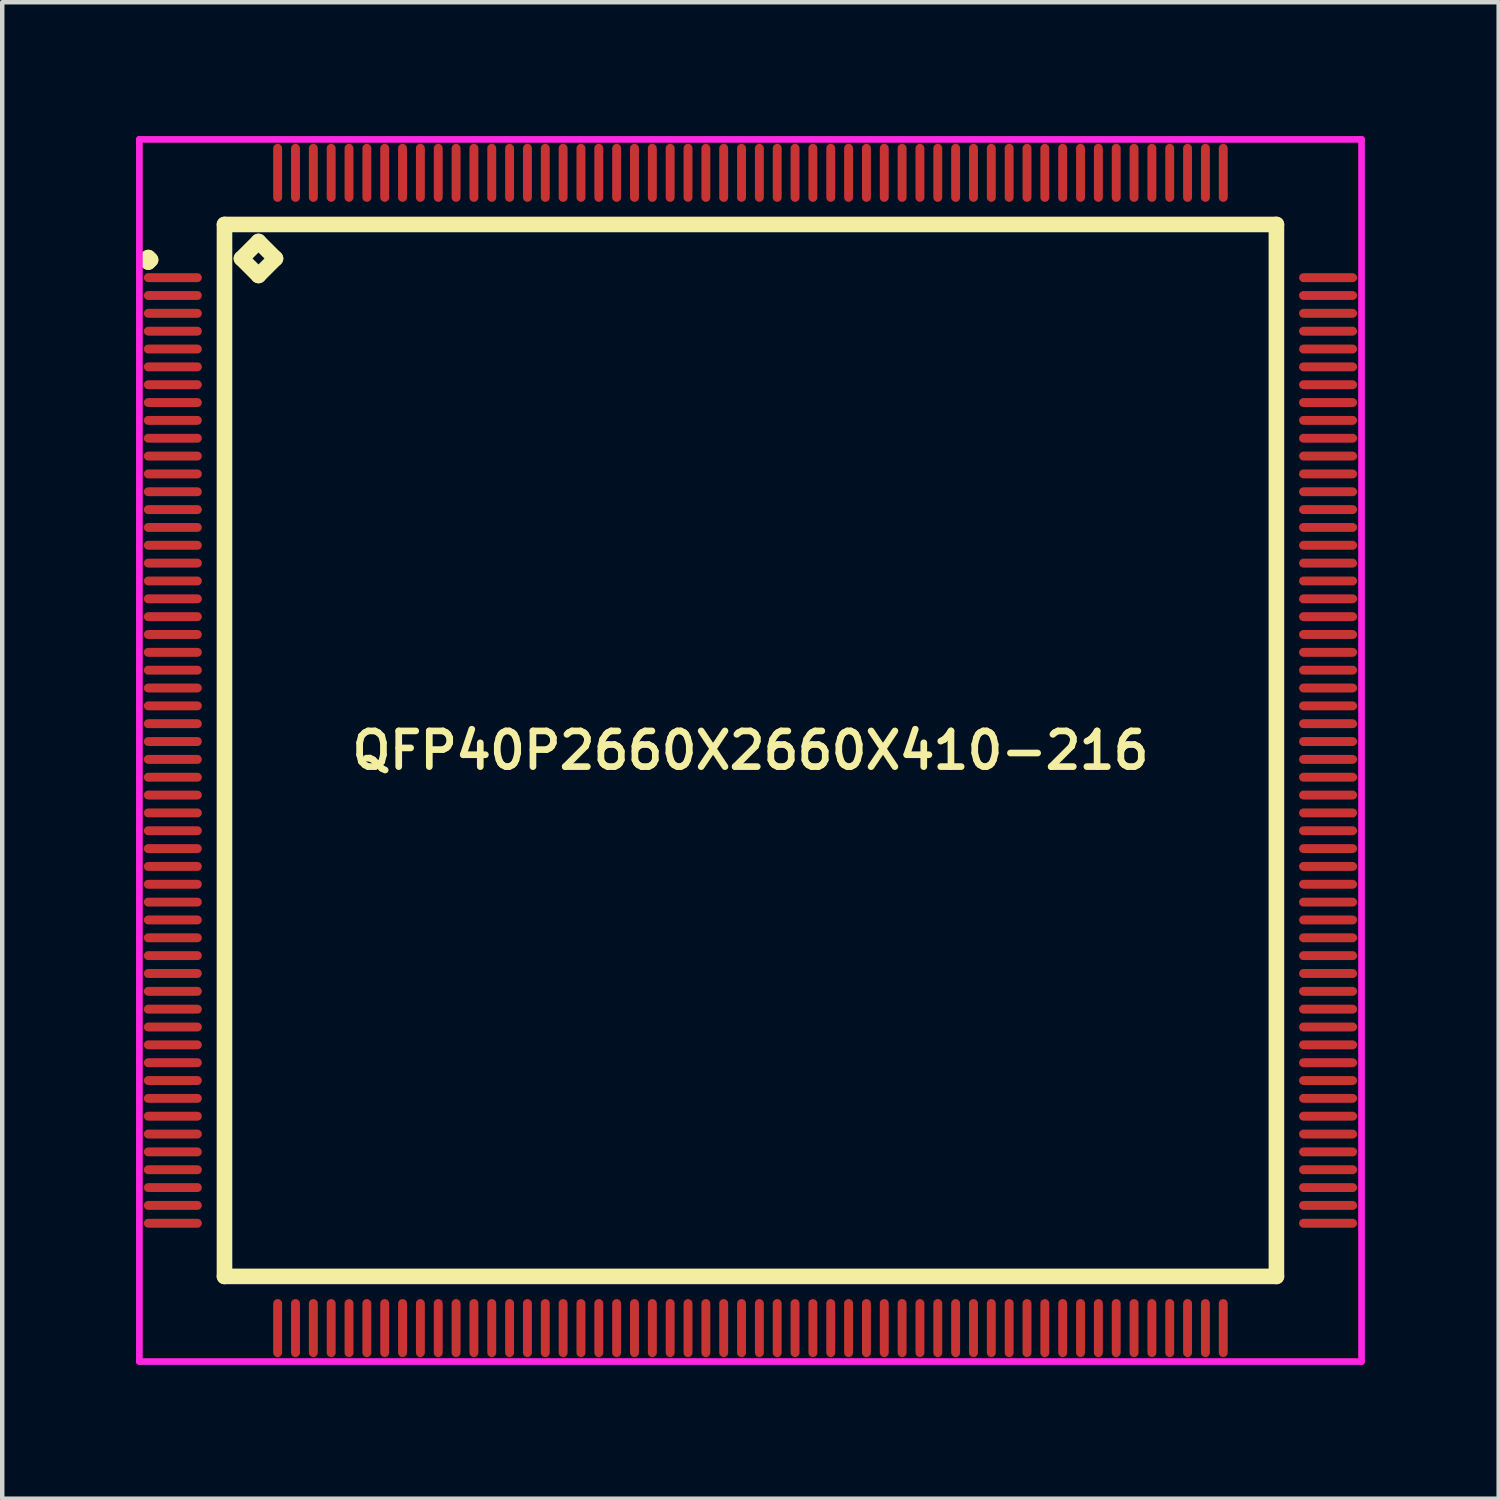
<source format=kicad_pcb>
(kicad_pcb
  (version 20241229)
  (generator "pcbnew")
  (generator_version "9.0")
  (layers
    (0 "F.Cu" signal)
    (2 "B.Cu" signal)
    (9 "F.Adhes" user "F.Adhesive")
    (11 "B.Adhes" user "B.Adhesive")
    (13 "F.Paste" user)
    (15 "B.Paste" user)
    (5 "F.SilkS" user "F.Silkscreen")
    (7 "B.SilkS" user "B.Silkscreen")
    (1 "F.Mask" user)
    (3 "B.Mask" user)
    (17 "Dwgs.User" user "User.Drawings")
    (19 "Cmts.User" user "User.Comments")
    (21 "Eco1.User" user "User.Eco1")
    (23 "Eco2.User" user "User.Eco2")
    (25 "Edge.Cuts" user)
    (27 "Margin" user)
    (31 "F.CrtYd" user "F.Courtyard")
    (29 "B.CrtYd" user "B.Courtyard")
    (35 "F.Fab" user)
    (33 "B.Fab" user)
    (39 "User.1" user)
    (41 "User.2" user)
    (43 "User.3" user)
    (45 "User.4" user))
  (footprint "QFP40P2660X2660X410-216"
    (layer "F.Cu")
    (at 13.775 13.775)
    (property "Reference" "QFP40P2660X2660X410-216" (at 0 0 0) (layer "F.SilkS") (effects (font (size 0.8 0.8) (thickness 0.15))))
    (attr smd)
    (fp_line (start -13.55 -11) (end -13.5 -11.05) (stroke (width 0.35) (type solid)) (layer "F.SilkS"))
    (fp_line (start -13.5 -11.05) (end -13.45 -11) (stroke (width 0.35) (type solid)) (layer "F.SilkS"))
    (fp_line (start -13.5 -10.95) (end -13.55 -11) (stroke (width 0.35) (type solid)) (layer "F.SilkS"))
    (fp_line (start -13.45 -11) (end -13.5 -10.95) (stroke (width 0.35) (type solid)) (layer "F.SilkS"))
    (fp_line (start -11.792 -11.792) (end -11.792 11.792) (stroke (width 0.35) (type solid)) (layer "F.SilkS"))
    (fp_line (start -11.792 11.792) (end 11.792 11.792) (stroke (width 0.35) (type solid)) (layer "F.SilkS"))
    (fp_line (start -11.411 -11.03) (end -11.03 -11.411) (stroke (width 0.35) (type solid)) (layer "F.SilkS"))
    (fp_line (start -11.03 -11.411) (end -10.649 -11.03) (stroke (width 0.35) (type solid)) (layer "F.SilkS"))
    (fp_line (start -11.03 -10.649) (end -11.411 -11.03) (stroke (width 0.35) (type solid)) (layer "F.SilkS"))
    (fp_line (start -10.649 -11.03) (end -11.03 -10.649) (stroke (width 0.35) (type solid)) (layer "F.SilkS"))
    (fp_line (start 11.792 -11.792) (end -11.792 -11.792) (stroke (width 0.35) (type solid)) (layer "F.SilkS"))
    (fp_line (start 11.792 11.792) (end 11.792 -11.792) (stroke (width 0.35) (type solid)) (layer "F.SilkS"))
    (fp_line (start -13.7 -13.7) (end 13.7 -13.7) (stroke (width 0.15) (type solid)) (layer "F.CrtYd"))
    (fp_line (start -13.7 13.7) (end -13.7 -13.7) (stroke (width 0.15) (type solid)) (layer "F.CrtYd"))
    (fp_line (start 13.7 -13.7) (end 13.7 13.7) (stroke (width 0.15) (type solid)) (layer "F.CrtYd"))
    (fp_line (start 13.7 13.7) (end -13.7 13.7) (stroke (width 0.15) (type solid)) (layer "F.CrtYd"))
    (pad "1" smd oval (at -12.95 -10.6) (size 1.3 0.2) (layers "F.Cu" "F.Mask" "F.Paste"))
    (pad "2" smd oval (at -12.95 -10.2) (size 1.3 0.2) (layers "F.Cu" "F.Mask" "F.Paste"))
    (pad "3" smd oval (at -12.95 -9.8) (size 1.3 0.2) (layers "F.Cu" "F.Mask" "F.Paste"))
    (pad "4" smd oval (at -12.95 -9.4) (size 1.3 0.2) (layers "F.Cu" "F.Mask" "F.Paste"))
    (pad "5" smd oval (at -12.95 -9) (size 1.3 0.2) (layers "F.Cu" "F.Mask" "F.Paste"))
    (pad "6" smd oval (at -12.95 -8.6) (size 1.3 0.2) (layers "F.Cu" "F.Mask" "F.Paste"))
    (pad "7" smd oval (at -12.95 -8.2) (size 1.3 0.2) (layers "F.Cu" "F.Mask" "F.Paste"))
    (pad "8" smd oval (at -12.95 -7.8) (size 1.3 0.2) (layers "F.Cu" "F.Mask" "F.Paste"))
    (pad "9" smd oval (at -12.95 -7.4) (size 1.3 0.2) (layers "F.Cu" "F.Mask" "F.Paste"))
    (pad "10" smd oval (at -12.95 -7) (size 1.3 0.2) (layers "F.Cu" "F.Mask" "F.Paste"))
    (pad "11" smd oval (at -12.95 -6.6) (size 1.3 0.2) (layers "F.Cu" "F.Mask" "F.Paste"))
    (pad "12" smd oval (at -12.95 -6.2) (size 1.3 0.2) (layers "F.Cu" "F.Mask" "F.Paste"))
    (pad "13" smd oval (at -12.95 -5.8) (size 1.3 0.2) (layers "F.Cu" "F.Mask" "F.Paste"))
    (pad "14" smd oval (at -12.95 -5.4) (size 1.3 0.2) (layers "F.Cu" "F.Mask" "F.Paste"))
    (pad "15" smd oval (at -12.95 -5) (size 1.3 0.2) (layers "F.Cu" "F.Mask" "F.Paste"))
    (pad "16" smd oval (at -12.95 -4.6) (size 1.3 0.2) (layers "F.Cu" "F.Mask" "F.Paste"))
    (pad "17" smd oval (at -12.95 -4.2) (size 1.3 0.2) (layers "F.Cu" "F.Mask" "F.Paste"))
    (pad "18" smd oval (at -12.95 -3.8) (size 1.3 0.2) (layers "F.Cu" "F.Mask" "F.Paste"))
    (pad "19" smd oval (at -12.95 -3.4) (size 1.3 0.2) (layers "F.Cu" "F.Mask" "F.Paste"))
    (pad "20" smd oval (at -12.95 -3) (size 1.3 0.2) (layers "F.Cu" "F.Mask" "F.Paste"))
    (pad "21" smd oval (at -12.95 -2.6) (size 1.3 0.2) (layers "F.Cu" "F.Mask" "F.Paste"))
    (pad "22" smd oval (at -12.95 -2.2) (size 1.3 0.2) (layers "F.Cu" "F.Mask" "F.Paste"))
    (pad "23" smd oval (at -12.95 -1.8) (size 1.3 0.2) (layers "F.Cu" "F.Mask" "F.Paste"))
    (pad "24" smd oval (at -12.95 -1.4) (size 1.3 0.2) (layers "F.Cu" "F.Mask" "F.Paste"))
    (pad "25" smd oval (at -12.95 -1) (size 1.3 0.2) (layers "F.Cu" "F.Mask" "F.Paste"))
    (pad "26" smd oval (at -12.95 -0.6) (size 1.3 0.2) (layers "F.Cu" "F.Mask" "F.Paste"))
    (pad "27" smd oval (at -12.95 -0.2) (size 1.3 0.2) (layers "F.Cu" "F.Mask" "F.Paste"))
    (pad "28" smd oval (at -12.95 0.2) (size 1.3 0.2) (layers "F.Cu" "F.Mask" "F.Paste"))
    (pad "29" smd oval (at -12.95 0.6) (size 1.3 0.2) (layers "F.Cu" "F.Mask" "F.Paste"))
    (pad "30" smd oval (at -12.95 1) (size 1.3 0.2) (layers "F.Cu" "F.Mask" "F.Paste"))
    (pad "31" smd oval (at -12.95 1.4) (size 1.3 0.2) (layers "F.Cu" "F.Mask" "F.Paste"))
    (pad "32" smd oval (at -12.95 1.8) (size 1.3 0.2) (layers "F.Cu" "F.Mask" "F.Paste"))
    (pad "33" smd oval (at -12.95 2.2) (size 1.3 0.2) (layers "F.Cu" "F.Mask" "F.Paste"))
    (pad "34" smd oval (at -12.95 2.6) (size 1.3 0.2) (layers "F.Cu" "F.Mask" "F.Paste"))
    (pad "35" smd oval (at -12.95 3) (size 1.3 0.2) (layers "F.Cu" "F.Mask" "F.Paste"))
    (pad "36" smd oval (at -12.95 3.4) (size 1.3 0.2) (layers "F.Cu" "F.Mask" "F.Paste"))
    (pad "37" smd oval (at -12.95 3.8) (size 1.3 0.2) (layers "F.Cu" "F.Mask" "F.Paste"))
    (pad "38" smd oval (at -12.95 4.2) (size 1.3 0.2) (layers "F.Cu" "F.Mask" "F.Paste"))
    (pad "39" smd oval (at -12.95 4.6) (size 1.3 0.2) (layers "F.Cu" "F.Mask" "F.Paste"))
    (pad "40" smd oval (at -12.95 5) (size 1.3 0.2) (layers "F.Cu" "F.Mask" "F.Paste"))
    (pad "41" smd oval (at -12.95 5.4) (size 1.3 0.2) (layers "F.Cu" "F.Mask" "F.Paste"))
    (pad "42" smd oval (at -12.95 5.8) (size 1.3 0.2) (layers "F.Cu" "F.Mask" "F.Paste"))
    (pad "43" smd oval (at -12.95 6.2) (size 1.3 0.2) (layers "F.Cu" "F.Mask" "F.Paste"))
    (pad "44" smd oval (at -12.95 6.6) (size 1.3 0.2) (layers "F.Cu" "F.Mask" "F.Paste"))
    (pad "45" smd oval (at -12.95 7) (size 1.3 0.2) (layers "F.Cu" "F.Mask" "F.Paste"))
    (pad "46" smd oval (at -12.95 7.4) (size 1.3 0.2) (layers "F.Cu" "F.Mask" "F.Paste"))
    (pad "47" smd oval (at -12.95 7.8) (size 1.3 0.2) (layers "F.Cu" "F.Mask" "F.Paste"))
    (pad "48" smd oval (at -12.95 8.2) (size 1.3 0.2) (layers "F.Cu" "F.Mask" "F.Paste"))
    (pad "49" smd oval (at -12.95 8.6) (size 1.3 0.2) (layers "F.Cu" "F.Mask" "F.Paste"))
    (pad "50" smd oval (at -12.95 9) (size 1.3 0.2) (layers "F.Cu" "F.Mask" "F.Paste"))
    (pad "51" smd oval (at -12.95 9.4) (size 1.3 0.2) (layers "F.Cu" "F.Mask" "F.Paste"))
    (pad "52" smd oval (at -12.95 9.8) (size 1.3 0.2) (layers "F.Cu" "F.Mask" "F.Paste"))
    (pad "53" smd oval (at -12.95 10.2) (size 1.3 0.2) (layers "F.Cu" "F.Mask" "F.Paste"))
    (pad "54" smd oval (at -12.95 10.6) (size 1.3 0.2) (layers "F.Cu" "F.Mask" "F.Paste"))
    (pad "55" smd oval (at -10.6 12.95) (size 0.2 1.3) (layers "F.Cu" "F.Mask" "F.Paste"))
    (pad "56" smd oval (at -10.2 12.95) (size 0.2 1.3) (layers "F.Cu" "F.Mask" "F.Paste"))
    (pad "57" smd oval (at -9.8 12.95) (size 0.2 1.3) (layers "F.Cu" "F.Mask" "F.Paste"))
    (pad "58" smd oval (at -9.4 12.95) (size 0.2 1.3) (layers "F.Cu" "F.Mask" "F.Paste"))
    (pad "59" smd oval (at -9 12.95) (size 0.2 1.3) (layers "F.Cu" "F.Mask" "F.Paste"))
    (pad "60" smd oval (at -8.6 12.95) (size 0.2 1.3) (layers "F.Cu" "F.Mask" "F.Paste"))
    (pad "61" smd oval (at -8.2 12.95) (size 0.2 1.3) (layers "F.Cu" "F.Mask" "F.Paste"))
    (pad "62" smd oval (at -7.8 12.95) (size 0.2 1.3) (layers "F.Cu" "F.Mask" "F.Paste"))
    (pad "63" smd oval (at -7.4 12.95) (size 0.2 1.3) (layers "F.Cu" "F.Mask" "F.Paste"))
    (pad "64" smd oval (at -7 12.95) (size 0.2 1.3) (layers "F.Cu" "F.Mask" "F.Paste"))
    (pad "65" smd oval (at -6.6 12.95) (size 0.2 1.3) (layers "F.Cu" "F.Mask" "F.Paste"))
    (pad "66" smd oval (at -6.2 12.95) (size 0.2 1.3) (layers "F.Cu" "F.Mask" "F.Paste"))
    (pad "67" smd oval (at -5.8 12.95) (size 0.2 1.3) (layers "F.Cu" "F.Mask" "F.Paste"))
    (pad "68" smd oval (at -5.4 12.95) (size 0.2 1.3) (layers "F.Cu" "F.Mask" "F.Paste"))
    (pad "69" smd oval (at -5 12.95) (size 0.2 1.3) (layers "F.Cu" "F.Mask" "F.Paste"))
    (pad "70" smd oval (at -4.6 12.95) (size 0.2 1.3) (layers "F.Cu" "F.Mask" "F.Paste"))
    (pad "71" smd oval (at -4.2 12.95) (size 0.2 1.3) (layers "F.Cu" "F.Mask" "F.Paste"))
    (pad "72" smd oval (at -3.8 12.95) (size 0.2 1.3) (layers "F.Cu" "F.Mask" "F.Paste"))
    (pad "73" smd oval (at -3.4 12.95) (size 0.2 1.3) (layers "F.Cu" "F.Mask" "F.Paste"))
    (pad "74" smd oval (at -3 12.95) (size 0.2 1.3) (layers "F.Cu" "F.Mask" "F.Paste"))
    (pad "75" smd oval (at -2.6 12.95) (size 0.2 1.3) (layers "F.Cu" "F.Mask" "F.Paste"))
    (pad "76" smd oval (at -2.2 12.95) (size 0.2 1.3) (layers "F.Cu" "F.Mask" "F.Paste"))
    (pad "77" smd oval (at -1.8 12.95) (size 0.2 1.3) (layers "F.Cu" "F.Mask" "F.Paste"))
    (pad "78" smd oval (at -1.4 12.95) (size 0.2 1.3) (layers "F.Cu" "F.Mask" "F.Paste"))
    (pad "79" smd oval (at -1 12.95) (size 0.2 1.3) (layers "F.Cu" "F.Mask" "F.Paste"))
    (pad "80" smd oval (at -0.6 12.95) (size 0.2 1.3) (layers "F.Cu" "F.Mask" "F.Paste"))
    (pad "81" smd oval (at -0.2 12.95) (size 0.2 1.3) (layers "F.Cu" "F.Mask" "F.Paste"))
    (pad "82" smd oval (at 0.2 12.95) (size 0.2 1.3) (layers "F.Cu" "F.Mask" "F.Paste"))
    (pad "83" smd oval (at 0.6 12.95) (size 0.2 1.3) (layers "F.Cu" "F.Mask" "F.Paste"))
    (pad "84" smd oval (at 1 12.95) (size 0.2 1.3) (layers "F.Cu" "F.Mask" "F.Paste"))
    (pad "85" smd oval (at 1.4 12.95) (size 0.2 1.3) (layers "F.Cu" "F.Mask" "F.Paste"))
    (pad "86" smd oval (at 1.8 12.95) (size 0.2 1.3) (layers "F.Cu" "F.Mask" "F.Paste"))
    (pad "87" smd oval (at 2.2 12.95) (size 0.2 1.3) (layers "F.Cu" "F.Mask" "F.Paste"))
    (pad "88" smd oval (at 2.6 12.95) (size 0.2 1.3) (layers "F.Cu" "F.Mask" "F.Paste"))
    (pad "89" smd oval (at 3 12.95) (size 0.2 1.3) (layers "F.Cu" "F.Mask" "F.Paste"))
    (pad "90" smd oval (at 3.4 12.95) (size 0.2 1.3) (layers "F.Cu" "F.Mask" "F.Paste"))
    (pad "91" smd oval (at 3.8 12.95) (size 0.2 1.3) (layers "F.Cu" "F.Mask" "F.Paste"))
    (pad "92" smd oval (at 4.2 12.95) (size 0.2 1.3) (layers "F.Cu" "F.Mask" "F.Paste"))
    (pad "93" smd oval (at 4.6 12.95) (size 0.2 1.3) (layers "F.Cu" "F.Mask" "F.Paste"))
    (pad "94" smd oval (at 5 12.95) (size 0.2 1.3) (layers "F.Cu" "F.Mask" "F.Paste"))
    (pad "95" smd oval (at 5.4 12.95) (size 0.2 1.3) (layers "F.Cu" "F.Mask" "F.Paste"))
    (pad "96" smd oval (at 5.8 12.95) (size 0.2 1.3) (layers "F.Cu" "F.Mask" "F.Paste"))
    (pad "97" smd oval (at 6.2 12.95) (size 0.2 1.3) (layers "F.Cu" "F.Mask" "F.Paste"))
    (pad "98" smd oval (at 6.6 12.95) (size 0.2 1.3) (layers "F.Cu" "F.Mask" "F.Paste"))
    (pad "99" smd oval (at 7 12.95) (size 0.2 1.3) (layers "F.Cu" "F.Mask" "F.Paste"))
    (pad "100" smd oval (at 7.4 12.95) (size 0.2 1.3) (layers "F.Cu" "F.Mask" "F.Paste"))
    (pad "101" smd oval (at 7.8 12.95) (size 0.2 1.3) (layers "F.Cu" "F.Mask" "F.Paste"))
    (pad "102" smd oval (at 8.2 12.95) (size 0.2 1.3) (layers "F.Cu" "F.Mask" "F.Paste"))
    (pad "103" smd oval (at 8.6 12.95) (size 0.2 1.3) (layers "F.Cu" "F.Mask" "F.Paste"))
    (pad "104" smd oval (at 9 12.95) (size 0.2 1.3) (layers "F.Cu" "F.Mask" "F.Paste"))
    (pad "105" smd oval (at 9.4 12.95) (size 0.2 1.3) (layers "F.Cu" "F.Mask" "F.Paste"))
    (pad "106" smd oval (at 9.8 12.95) (size 0.2 1.3) (layers "F.Cu" "F.Mask" "F.Paste"))
    (pad "107" smd oval (at 10.2 12.95) (size 0.2 1.3) (layers "F.Cu" "F.Mask" "F.Paste"))
    (pad "108" smd oval (at 10.6 12.95) (size 0.2 1.3) (layers "F.Cu" "F.Mask" "F.Paste"))
    (pad "109" smd oval (at 12.95 10.6) (size 1.3 0.2) (layers "F.Cu" "F.Mask" "F.Paste"))
    (pad "110" smd oval (at 12.95 10.2) (size 1.3 0.2) (layers "F.Cu" "F.Mask" "F.Paste"))
    (pad "111" smd oval (at 12.95 9.8) (size 1.3 0.2) (layers "F.Cu" "F.Mask" "F.Paste"))
    (pad "112" smd oval (at 12.95 9.4) (size 1.3 0.2) (layers "F.Cu" "F.Mask" "F.Paste"))
    (pad "113" smd oval (at 12.95 9) (size 1.3 0.2) (layers "F.Cu" "F.Mask" "F.Paste"))
    (pad "114" smd oval (at 12.95 8.6) (size 1.3 0.2) (layers "F.Cu" "F.Mask" "F.Paste"))
    (pad "115" smd oval (at 12.95 8.2) (size 1.3 0.2) (layers "F.Cu" "F.Mask" "F.Paste"))
    (pad "116" smd oval (at 12.95 7.8) (size 1.3 0.2) (layers "F.Cu" "F.Mask" "F.Paste"))
    (pad "117" smd oval (at 12.95 7.4) (size 1.3 0.2) (layers "F.Cu" "F.Mask" "F.Paste"))
    (pad "118" smd oval (at 12.95 7) (size 1.3 0.2) (layers "F.Cu" "F.Mask" "F.Paste"))
    (pad "119" smd oval (at 12.95 6.6) (size 1.3 0.2) (layers "F.Cu" "F.Mask" "F.Paste"))
    (pad "120" smd oval (at 12.95 6.2) (size 1.3 0.2) (layers "F.Cu" "F.Mask" "F.Paste"))
    (pad "121" smd oval (at 12.95 5.8) (size 1.3 0.2) (layers "F.Cu" "F.Mask" "F.Paste"))
    (pad "122" smd oval (at 12.95 5.4) (size 1.3 0.2) (layers "F.Cu" "F.Mask" "F.Paste"))
    (pad "123" smd oval (at 12.95 5) (size 1.3 0.2) (layers "F.Cu" "F.Mask" "F.Paste"))
    (pad "124" smd oval (at 12.95 4.6) (size 1.3 0.2) (layers "F.Cu" "F.Mask" "F.Paste"))
    (pad "125" smd oval (at 12.95 4.2) (size 1.3 0.2) (layers "F.Cu" "F.Mask" "F.Paste"))
    (pad "126" smd oval (at 12.95 3.8) (size 1.3 0.2) (layers "F.Cu" "F.Mask" "F.Paste"))
    (pad "127" smd oval (at 12.95 3.4) (size 1.3 0.2) (layers "F.Cu" "F.Mask" "F.Paste"))
    (pad "128" smd oval (at 12.95 3) (size 1.3 0.2) (layers "F.Cu" "F.Mask" "F.Paste"))
    (pad "129" smd oval (at 12.95 2.6) (size 1.3 0.2) (layers "F.Cu" "F.Mask" "F.Paste"))
    (pad "130" smd oval (at 12.95 2.2) (size 1.3 0.2) (layers "F.Cu" "F.Mask" "F.Paste"))
    (pad "131" smd oval (at 12.95 1.8) (size 1.3 0.2) (layers "F.Cu" "F.Mask" "F.Paste"))
    (pad "132" smd oval (at 12.95 1.4) (size 1.3 0.2) (layers "F.Cu" "F.Mask" "F.Paste"))
    (pad "133" smd oval (at 12.95 1) (size 1.3 0.2) (layers "F.Cu" "F.Mask" "F.Paste"))
    (pad "134" smd oval (at 12.95 0.6) (size 1.3 0.2) (layers "F.Cu" "F.Mask" "F.Paste"))
    (pad "135" smd oval (at 12.95 0.2) (size 1.3 0.2) (layers "F.Cu" "F.Mask" "F.Paste"))
    (pad "136" smd oval (at 12.95 -0.2) (size 1.3 0.2) (layers "F.Cu" "F.Mask" "F.Paste"))
    (pad "137" smd oval (at 12.95 -0.6) (size 1.3 0.2) (layers "F.Cu" "F.Mask" "F.Paste"))
    (pad "138" smd oval (at 12.95 -1) (size 1.3 0.2) (layers "F.Cu" "F.Mask" "F.Paste"))
    (pad "139" smd oval (at 12.95 -1.4) (size 1.3 0.2) (layers "F.Cu" "F.Mask" "F.Paste"))
    (pad "140" smd oval (at 12.95 -1.8) (size 1.3 0.2) (layers "F.Cu" "F.Mask" "F.Paste"))
    (pad "141" smd oval (at 12.95 -2.2) (size 1.3 0.2) (layers "F.Cu" "F.Mask" "F.Paste"))
    (pad "142" smd oval (at 12.95 -2.6) (size 1.3 0.2) (layers "F.Cu" "F.Mask" "F.Paste"))
    (pad "143" smd oval (at 12.95 -3) (size 1.3 0.2) (layers "F.Cu" "F.Mask" "F.Paste"))
    (pad "144" smd oval (at 12.95 -3.4) (size 1.3 0.2) (layers "F.Cu" "F.Mask" "F.Paste"))
    (pad "145" smd oval (at 12.95 -3.8) (size 1.3 0.2) (layers "F.Cu" "F.Mask" "F.Paste"))
    (pad "146" smd oval (at 12.95 -4.2) (size 1.3 0.2) (layers "F.Cu" "F.Mask" "F.Paste"))
    (pad "147" smd oval (at 12.95 -4.6) (size 1.3 0.2) (layers "F.Cu" "F.Mask" "F.Paste"))
    (pad "148" smd oval (at 12.95 -5) (size 1.3 0.2) (layers "F.Cu" "F.Mask" "F.Paste"))
    (pad "149" smd oval (at 12.95 -5.4) (size 1.3 0.2) (layers "F.Cu" "F.Mask" "F.Paste"))
    (pad "150" smd oval (at 12.95 -5.8) (size 1.3 0.2) (layers "F.Cu" "F.Mask" "F.Paste"))
    (pad "151" smd oval (at 12.95 -6.2) (size 1.3 0.2) (layers "F.Cu" "F.Mask" "F.Paste"))
    (pad "152" smd oval (at 12.95 -6.6) (size 1.3 0.2) (layers "F.Cu" "F.Mask" "F.Paste"))
    (pad "153" smd oval (at 12.95 -7) (size 1.3 0.2) (layers "F.Cu" "F.Mask" "F.Paste"))
    (pad "154" smd oval (at 12.95 -7.4) (size 1.3 0.2) (layers "F.Cu" "F.Mask" "F.Paste"))
    (pad "155" smd oval (at 12.95 -7.8) (size 1.3 0.2) (layers "F.Cu" "F.Mask" "F.Paste"))
    (pad "156" smd oval (at 12.95 -8.2) (size 1.3 0.2) (layers "F.Cu" "F.Mask" "F.Paste"))
    (pad "157" smd oval (at 12.95 -8.6) (size 1.3 0.2) (layers "F.Cu" "F.Mask" "F.Paste"))
    (pad "158" smd oval (at 12.95 -9) (size 1.3 0.2) (layers "F.Cu" "F.Mask" "F.Paste"))
    (pad "159" smd oval (at 12.95 -9.4) (size 1.3 0.2) (layers "F.Cu" "F.Mask" "F.Paste"))
    (pad "160" smd oval (at 12.95 -9.8) (size 1.3 0.2) (layers "F.Cu" "F.Mask" "F.Paste"))
    (pad "161" smd oval (at 12.95 -10.2) (size 1.3 0.2) (layers "F.Cu" "F.Mask" "F.Paste"))
    (pad "162" smd oval (at 12.95 -10.6) (size 1.3 0.2) (layers "F.Cu" "F.Mask" "F.Paste"))
    (pad "163" smd oval (at 10.6 -12.95) (size 0.2 1.3) (layers "F.Cu" "F.Mask" "F.Paste"))
    (pad "164" smd oval (at 10.2 -12.95) (size 0.2 1.3) (layers "F.Cu" "F.Mask" "F.Paste"))
    (pad "165" smd oval (at 9.8 -12.95) (size 0.2 1.3) (layers "F.Cu" "F.Mask" "F.Paste"))
    (pad "166" smd oval (at 9.4 -12.95) (size 0.2 1.3) (layers "F.Cu" "F.Mask" "F.Paste"))
    (pad "167" smd oval (at 9 -12.95) (size 0.2 1.3) (layers "F.Cu" "F.Mask" "F.Paste"))
    (pad "168" smd oval (at 8.6 -12.95) (size 0.2 1.3) (layers "F.Cu" "F.Mask" "F.Paste"))
    (pad "169" smd oval (at 8.2 -12.95) (size 0.2 1.3) (layers "F.Cu" "F.Mask" "F.Paste"))
    (pad "170" smd oval (at 7.8 -12.95) (size 0.2 1.3) (layers "F.Cu" "F.Mask" "F.Paste"))
    (pad "171" smd oval (at 7.4 -12.95) (size 0.2 1.3) (layers "F.Cu" "F.Mask" "F.Paste"))
    (pad "172" smd oval (at 7 -12.95) (size 0.2 1.3) (layers "F.Cu" "F.Mask" "F.Paste"))
    (pad "173" smd oval (at 6.6 -12.95) (size 0.2 1.3) (layers "F.Cu" "F.Mask" "F.Paste"))
    (pad "174" smd oval (at 6.2 -12.95) (size 0.2 1.3) (layers "F.Cu" "F.Mask" "F.Paste"))
    (pad "175" smd oval (at 5.8 -12.95) (size 0.2 1.3) (layers "F.Cu" "F.Mask" "F.Paste"))
    (pad "176" smd oval (at 5.4 -12.95) (size 0.2 1.3) (layers "F.Cu" "F.Mask" "F.Paste"))
    (pad "177" smd oval (at 5 -12.95) (size 0.2 1.3) (layers "F.Cu" "F.Mask" "F.Paste"))
    (pad "178" smd oval (at 4.6 -12.95) (size 0.2 1.3) (layers "F.Cu" "F.Mask" "F.Paste"))
    (pad "179" smd oval (at 4.2 -12.95) (size 0.2 1.3) (layers "F.Cu" "F.Mask" "F.Paste"))
    (pad "180" smd oval (at 3.8 -12.95) (size 0.2 1.3) (layers "F.Cu" "F.Mask" "F.Paste"))
    (pad "181" smd oval (at 3.4 -12.95) (size 0.2 1.3) (layers "F.Cu" "F.Mask" "F.Paste"))
    (pad "182" smd oval (at 3 -12.95) (size 0.2 1.3) (layers "F.Cu" "F.Mask" "F.Paste"))
    (pad "183" smd oval (at 2.6 -12.95) (size 0.2 1.3) (layers "F.Cu" "F.Mask" "F.Paste"))
    (pad "184" smd oval (at 2.2 -12.95) (size 0.2 1.3) (layers "F.Cu" "F.Mask" "F.Paste"))
    (pad "185" smd oval (at 1.8 -12.95) (size 0.2 1.3) (layers "F.Cu" "F.Mask" "F.Paste"))
    (pad "186" smd oval (at 1.4 -12.95) (size 0.2 1.3) (layers "F.Cu" "F.Mask" "F.Paste"))
    (pad "187" smd oval (at 1 -12.95) (size 0.2 1.3) (layers "F.Cu" "F.Mask" "F.Paste"))
    (pad "188" smd oval (at 0.6 -12.95) (size 0.2 1.3) (layers "F.Cu" "F.Mask" "F.Paste"))
    (pad "189" smd oval (at 0.2 -12.95) (size 0.2 1.3) (layers "F.Cu" "F.Mask" "F.Paste"))
    (pad "190" smd oval (at -0.2 -12.95) (size 0.2 1.3) (layers "F.Cu" "F.Mask" "F.Paste"))
    (pad "191" smd oval (at -0.6 -12.95) (size 0.2 1.3) (layers "F.Cu" "F.Mask" "F.Paste"))
    (pad "192" smd oval (at -1 -12.95) (size 0.2 1.3) (layers "F.Cu" "F.Mask" "F.Paste"))
    (pad "193" smd oval (at -1.4 -12.95) (size 0.2 1.3) (layers "F.Cu" "F.Mask" "F.Paste"))
    (pad "194" smd oval (at -1.8 -12.95) (size 0.2 1.3) (layers "F.Cu" "F.Mask" "F.Paste"))
    (pad "195" smd oval (at -2.2 -12.95) (size 0.2 1.3) (layers "F.Cu" "F.Mask" "F.Paste"))
    (pad "196" smd oval (at -2.6 -12.95) (size 0.2 1.3) (layers "F.Cu" "F.Mask" "F.Paste"))
    (pad "197" smd oval (at -3 -12.95) (size 0.2 1.3) (layers "F.Cu" "F.Mask" "F.Paste"))
    (pad "198" smd oval (at -3.4 -12.95) (size 0.2 1.3) (layers "F.Cu" "F.Mask" "F.Paste"))
    (pad "199" smd oval (at -3.8 -12.95) (size 0.2 1.3) (layers "F.Cu" "F.Mask" "F.Paste"))
    (pad "200" smd oval (at -4.2 -12.95) (size 0.2 1.3) (layers "F.Cu" "F.Mask" "F.Paste"))
    (pad "201" smd oval (at -4.6 -12.95) (size 0.2 1.3) (layers "F.Cu" "F.Mask" "F.Paste"))
    (pad "202" smd oval (at -5 -12.95) (size 0.2 1.3) (layers "F.Cu" "F.Mask" "F.Paste"))
    (pad "203" smd oval (at -5.4 -12.95) (size 0.2 1.3) (layers "F.Cu" "F.Mask" "F.Paste"))
    (pad "204" smd oval (at -5.8 -12.95) (size 0.2 1.3) (layers "F.Cu" "F.Mask" "F.Paste"))
    (pad "205" smd oval (at -6.2 -12.95) (size 0.2 1.3) (layers "F.Cu" "F.Mask" "F.Paste"))
    (pad "206" smd oval (at -6.6 -12.95) (size 0.2 1.3) (layers "F.Cu" "F.Mask" "F.Paste"))
    (pad "207" smd oval (at -7 -12.95) (size 0.2 1.3) (layers "F.Cu" "F.Mask" "F.Paste"))
    (pad "208" smd oval (at -7.4 -12.95) (size 0.2 1.3) (layers "F.Cu" "F.Mask" "F.Paste"))
    (pad "209" smd oval (at -7.8 -12.95) (size 0.2 1.3) (layers "F.Cu" "F.Mask" "F.Paste"))
    (pad "210" smd oval (at -8.2 -12.95) (size 0.2 1.3) (layers "F.Cu" "F.Mask" "F.Paste"))
    (pad "211" smd oval (at -8.6 -12.95) (size 0.2 1.3) (layers "F.Cu" "F.Mask" "F.Paste"))
    (pad "212" smd oval (at -9 -12.95) (size 0.2 1.3) (layers "F.Cu" "F.Mask" "F.Paste"))
    (pad "213" smd oval (at -9.4 -12.95) (size 0.2 1.3) (layers "F.Cu" "F.Mask" "F.Paste"))
    (pad "214" smd oval (at -9.8 -12.95) (size 0.2 1.3) (layers "F.Cu" "F.Mask" "F.Paste"))
    (pad "215" smd oval (at -10.2 -12.95) (size 0.2 1.3) (layers "F.Cu" "F.Mask" "F.Paste"))
    (pad "216" smd oval (at -10.6 -12.95) (size 0.2 1.3) (layers "F.Cu" "F.Mask" "F.Paste")))
  (gr_rect
    (start -3 -3)
    (end 30.55 30.55)
    (stroke (width 0.1) (type default))
    (fill no)
    (layer "Edge.Cuts")))
</source>
